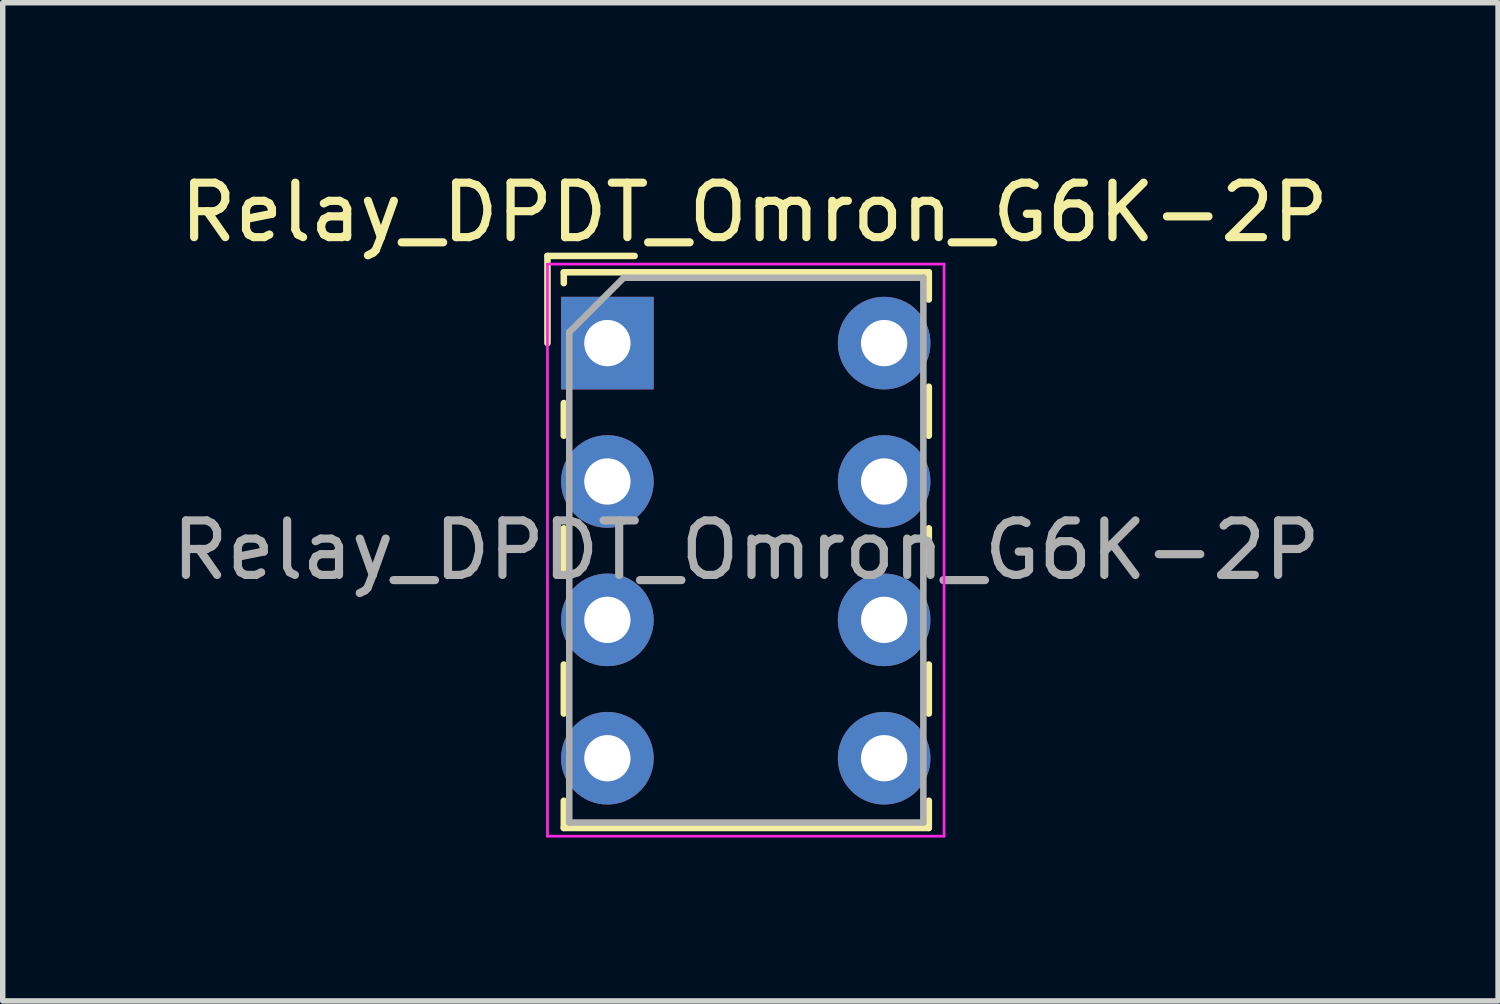
<source format=kicad_pcb>
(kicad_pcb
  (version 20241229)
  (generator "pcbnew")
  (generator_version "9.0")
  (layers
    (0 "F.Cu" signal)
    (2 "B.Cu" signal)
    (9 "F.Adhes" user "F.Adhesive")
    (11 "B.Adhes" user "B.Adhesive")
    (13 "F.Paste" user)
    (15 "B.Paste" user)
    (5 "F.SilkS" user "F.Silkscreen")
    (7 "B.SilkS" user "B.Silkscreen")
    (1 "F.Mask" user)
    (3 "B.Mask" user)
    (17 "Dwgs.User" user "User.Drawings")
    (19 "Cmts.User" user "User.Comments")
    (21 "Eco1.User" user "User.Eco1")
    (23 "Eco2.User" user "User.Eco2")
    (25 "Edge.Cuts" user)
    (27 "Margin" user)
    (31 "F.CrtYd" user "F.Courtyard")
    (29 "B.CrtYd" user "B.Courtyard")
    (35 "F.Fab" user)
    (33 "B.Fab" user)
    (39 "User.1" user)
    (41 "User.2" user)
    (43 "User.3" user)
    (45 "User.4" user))
  (footprint "Relay_DPDT_Omron_G6K-2P"
    (layer "F.Cu")
    (at 8.099 3.248)
    (property "Reference" "Relay_DPDT_Omron_G6K-2P" (at 2.7 -2.4 0) (layer "F.SilkS") (effects (font (size 1 1) (thickness 0.15))))
    (attr through_hole)
    (fp_line (start -1.1 -1.6) (end 0.5 -1.6) (stroke (width 0.12) (type solid)) (layer "F.SilkS"))
    (fp_line (start -1.1 0) (end -1.1 -1.6) (stroke (width 0.12) (type solid)) (layer "F.SilkS"))
    (fp_line (start -0.8 -1.3) (end -0.8 -1.1) (stroke (width 0.12) (type solid)) (layer "F.SilkS"))
    (fp_line (start -0.8 -1.3) (end 5.9 -1.3) (stroke (width 0.12) (type solid)) (layer "F.SilkS"))
    (fp_line (start -0.8 1.7) (end -0.8 1.1) (stroke (width 0.12) (type solid)) (layer "F.SilkS"))
    (fp_line (start -0.8 4.2) (end -0.8 3.4) (stroke (width 0.12) (type solid)) (layer "F.SilkS"))
    (fp_line (start -0.8 6.8) (end -0.8 5.9) (stroke (width 0.12) (type solid)) (layer "F.SilkS"))
    (fp_line (start -0.8 8.9) (end -0.8 8.4) (stroke (width 0.12) (type solid)) (layer "F.SilkS"))
    (fp_line (start 5.9 -1.3) (end 5.9 -0.8) (stroke (width 0.12) (type solid)) (layer "F.SilkS"))
    (fp_line (start 5.9 0.8) (end 5.9 1.7) (stroke (width 0.12) (type solid)) (layer "F.SilkS"))
    (fp_line (start 5.9 3.4) (end 5.9 4.2) (stroke (width 0.12) (type solid)) (layer "F.SilkS"))
    (fp_line (start 5.9 5.9) (end 5.9 6.8) (stroke (width 0.12) (type solid)) (layer "F.SilkS"))
    (fp_line (start 5.9 8.4) (end 5.9 8.9) (stroke (width 0.12) (type solid)) (layer "F.SilkS"))
    (fp_line (start 5.9 8.9) (end -0.8 8.9) (stroke (width 0.12) (type solid)) (layer "F.SilkS"))
    (fp_line (start -1.1 -1.45) (end -1.1 9.05) (stroke (width 0.05) (type solid)) (layer "F.CrtYd"))
    (fp_line (start -1.1 -1.45) (end 6.18 -1.45) (stroke (width 0.05) (type solid)) (layer "F.CrtYd"))
    (fp_line (start 6.18 9.05) (end -1.1 9.05) (stroke (width 0.05) (type solid)) (layer "F.CrtYd"))
    (fp_line (start 6.18 9.05) (end 6.18 -1.45) (stroke (width 0.05) (type solid)) (layer "F.CrtYd"))
    (fp_line (start -0.7 -0.2) (end 0.3 -1.2) (stroke (width 0.12) (type solid)) (layer "F.Fab"))
    (fp_line (start -0.7 8.8) (end -0.7 -0.2) (stroke (width 0.12) (type solid)) (layer "F.Fab"))
    (fp_line (start 0.3 -1.2) (end 5.8 -1.2) (stroke (width 0.12) (type solid)) (layer "F.Fab"))
    (fp_line (start 5.8 -1.2) (end 5.8 8.8) (stroke (width 0.12) (type solid)) (layer "F.Fab"))
    (fp_line (start 5.8 8.8) (end -0.7 8.8) (stroke (width 0.12) (type solid)) (layer "F.Fab"))
    (fp_text user "${REFERENCE}" (at 2.55 3.8 0) (layer "F.Fab") (effects (font (size 1 1) (thickness 0.15))))
    (pad "1" thru_hole rect (at 0 0) (size 1.7 1.7) (drill 0.85) (layers "*.Cu" "*.Mask"))
    (pad "2" thru_hole circle (at 0 2.54) (size 1.7 1.7) (drill 0.85) (layers "*.Cu" "*.Mask"))
    (pad "3" thru_hole circle (at 0 5.08) (size 1.7 1.7) (drill 0.85) (layers "*.Cu" "*.Mask"))
    (pad "4" thru_hole circle (at 0 7.62) (size 1.7 1.7) (drill 0.85) (layers "*.Cu" "*.Mask"))
    (pad "5" thru_hole circle (at 5.08 7.62) (size 1.7 1.7) (drill 0.85) (layers "*.Cu" "*.Mask"))
    (pad "6" thru_hole circle (at 5.08 5.08) (size 1.7 1.7) (drill 0.85) (layers "*.Cu" "*.Mask"))
    (pad "7" thru_hole circle (at 5.08 2.54) (size 1.7 1.7) (drill 0.85) (layers "*.Cu" "*.Mask"))
    (pad "8" thru_hole circle (at 5.08 0) (size 1.7 1.7) (drill 0.85) (layers "*.Cu" "*.Mask")))
  (gr_rect
    (start -3 -3)
    (end 24.448 15.323)
    (stroke (width 0.1) (type default))
    (fill no)
    (layer "Edge.Cuts")))
</source>
